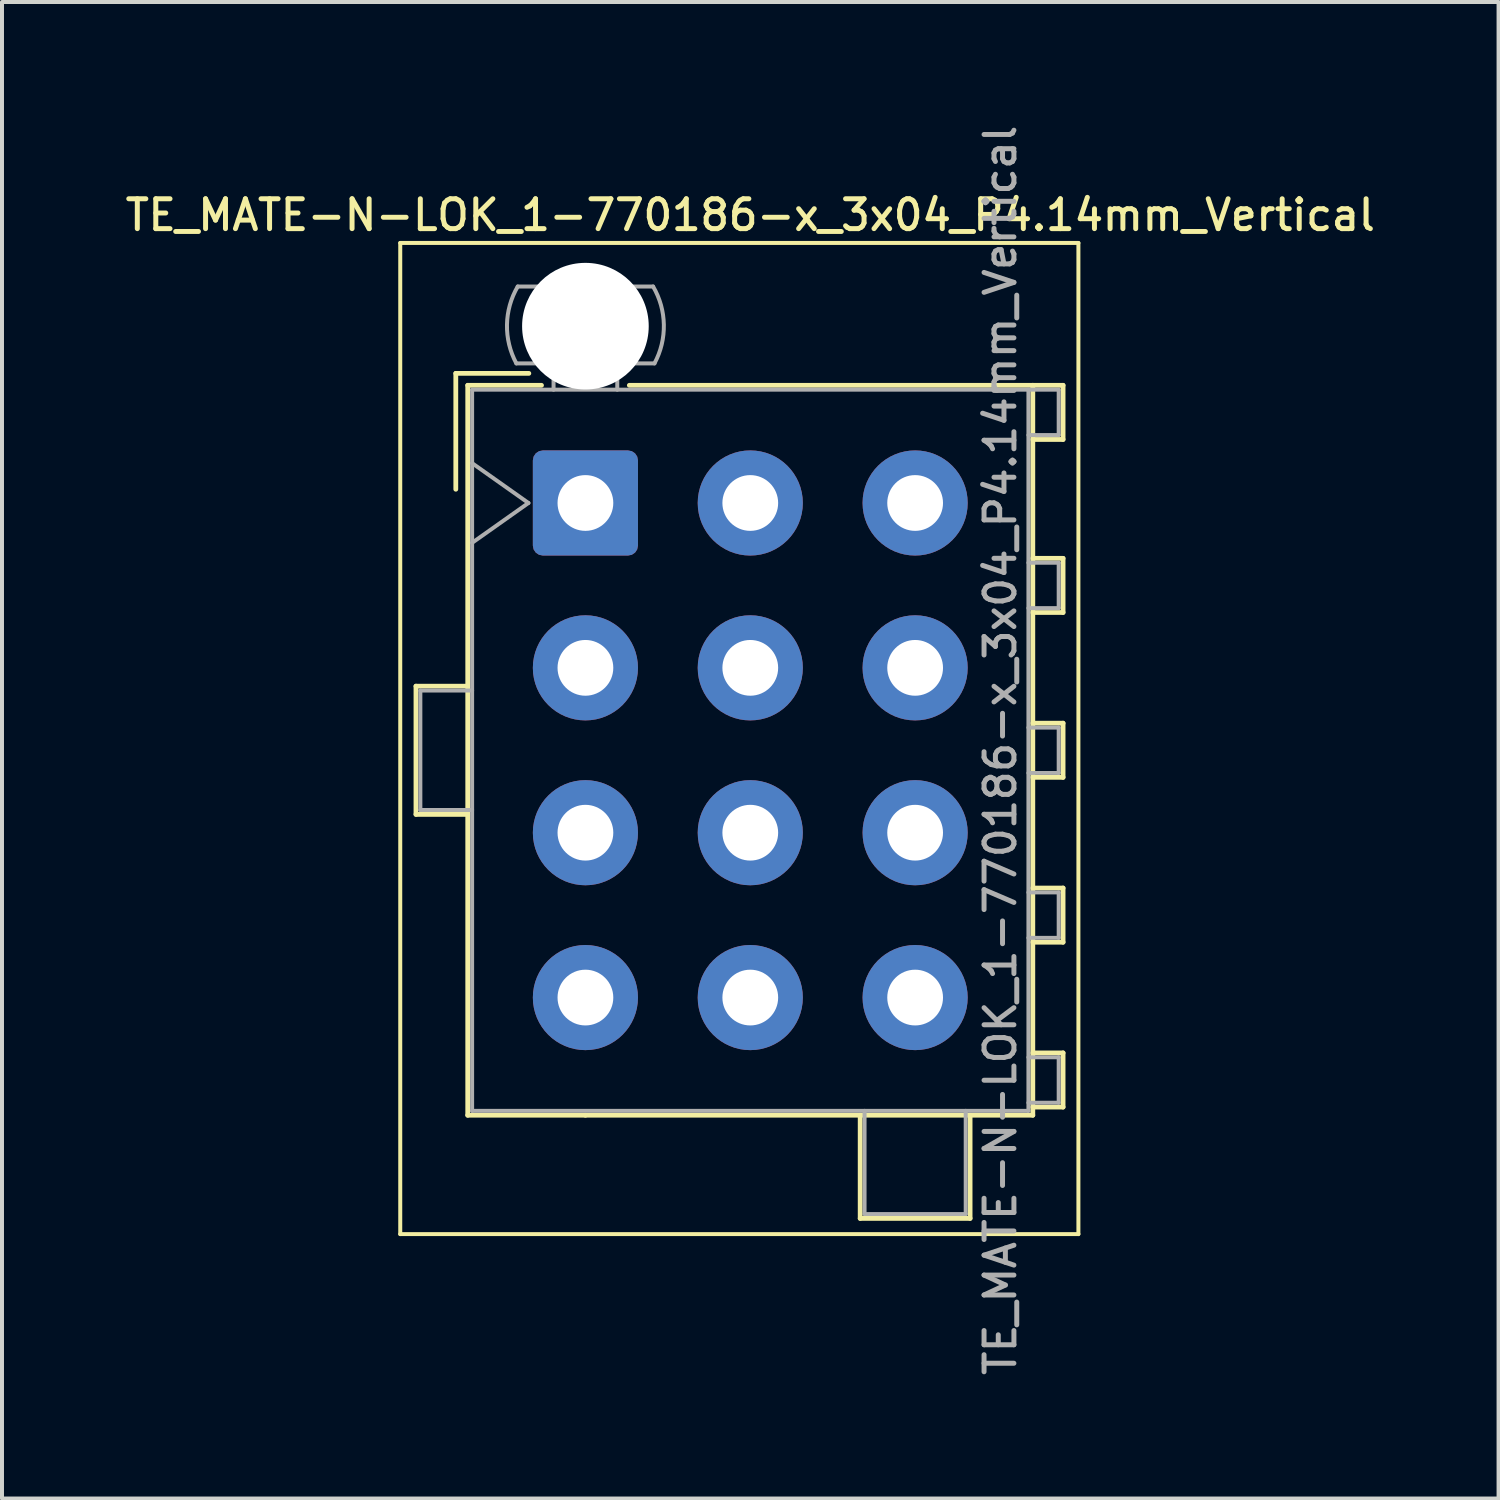
<source format=kicad_pcb>
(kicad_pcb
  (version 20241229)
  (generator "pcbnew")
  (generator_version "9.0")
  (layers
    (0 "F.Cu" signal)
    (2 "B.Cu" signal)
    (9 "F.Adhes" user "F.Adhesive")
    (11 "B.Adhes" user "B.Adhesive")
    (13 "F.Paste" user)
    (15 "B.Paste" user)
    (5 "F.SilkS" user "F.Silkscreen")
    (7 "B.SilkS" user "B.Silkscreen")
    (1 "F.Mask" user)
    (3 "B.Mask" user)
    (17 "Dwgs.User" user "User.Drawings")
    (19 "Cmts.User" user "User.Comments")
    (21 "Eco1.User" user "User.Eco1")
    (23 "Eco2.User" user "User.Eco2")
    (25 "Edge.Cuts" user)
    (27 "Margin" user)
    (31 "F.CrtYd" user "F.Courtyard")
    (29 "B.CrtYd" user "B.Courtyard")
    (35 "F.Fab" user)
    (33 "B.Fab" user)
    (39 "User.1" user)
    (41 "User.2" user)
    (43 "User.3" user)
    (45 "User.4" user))
  (footprint "TE_MATE-N-LOK_1-770186-x_3x04_P4.14mm_Vertical"
    (layer "F.Cu")
    (at 11.651 9.581)
    (property "Reference" "TE_MATE-N-LOK_1-770186-x_3x04_P4.14mm_Vertical" (at 4.14 -7.23 0) (layer "F.SilkS") (effects (font (size 0.75 0.75) (thickness 0.125))))
    (attr through_hole)
    (fp_line (start -4.65 -6.53) (end -4.65 18.36) (stroke (width 0.1) (type solid)) (layer "F.SilkS"))
    (fp_line (start -4.65 18.36) (end 12.38 18.36) (stroke (width 0.1) (type solid)) (layer "F.SilkS"))
    (fp_line (start -4.255 4.6) (end -4.255 7.82) (stroke (width 0.12) (type solid)) (layer "F.SilkS"))
    (fp_line (start -4.255 7.82) (end -2.955 7.82) (stroke (width 0.12) (type solid)) (layer "F.SilkS"))
    (fp_line (start -3.255 -3.255) (end -3.255 -0.345) (stroke (width 0.12) (type solid)) (layer "F.SilkS"))
    (fp_line (start -2.955 -2.955) (end -2.955 15.375) (stroke (width 0.12) (type solid)) (layer "F.SilkS"))
    (fp_line (start -2.955 4.6) (end -4.255 4.6) (stroke (width 0.12) (type solid)) (layer "F.SilkS"))
    (fp_line (start -2.955 15.375) (end 0 15.375) (stroke (width 0.12) (type solid)) (layer "F.SilkS"))
    (fp_line (start -1.421 -3.255) (end -3.255 -3.255) (stroke (width 0.12) (type solid)) (layer "F.SilkS"))
    (fp_line (start -1.103 -2.955) (end -2.955 -2.955) (stroke (width 0.12) (type solid)) (layer "F.SilkS"))
    (fp_line (start 1.103 -2.955) (end 11.235 -2.955) (stroke (width 0.12) (type solid)) (layer "F.SilkS"))
    (fp_line (start 6.9 15.375) (end 6.9 17.966) (stroke (width 0.12) (type solid)) (layer "F.SilkS"))
    (fp_line (start 6.9 17.966) (end 9.66 17.966) (stroke (width 0.12) (type solid)) (layer "F.SilkS"))
    (fp_line (start 9.66 17.966) (end 9.66 15.375) (stroke (width 0.12) (type solid)) (layer "F.SilkS"))
    (fp_line (start 11.235 -2.955) (end 11.235 15.375) (stroke (width 0.12) (type solid)) (layer "F.SilkS"))
    (fp_line (start 11.235 -2.955) (end 11.995 -2.955) (stroke (width 0.12) (type solid)) (layer "F.SilkS"))
    (fp_line (start 11.235 1.39) (end 11.995 1.39) (stroke (width 0.12) (type solid)) (layer "F.SilkS"))
    (fp_line (start 11.235 5.53) (end 11.995 5.53) (stroke (width 0.12) (type solid)) (layer "F.SilkS"))
    (fp_line (start 11.235 9.67) (end 11.995 9.67) (stroke (width 0.12) (type solid)) (layer "F.SilkS"))
    (fp_line (start 11.235 13.81) (end 11.995 13.81) (stroke (width 0.12) (type solid)) (layer "F.SilkS"))
    (fp_line (start 11.235 15.375) (end 0 15.375) (stroke (width 0.12) (type solid)) (layer "F.SilkS"))
    (fp_line (start 11.995 -2.955) (end 11.995 -1.595) (stroke (width 0.12) (type solid)) (layer "F.SilkS"))
    (fp_line (start 11.995 -1.595) (end 11.235 -1.595) (stroke (width 0.12) (type solid)) (layer "F.SilkS"))
    (fp_line (start 11.995 1.39) (end 11.995 2.75) (stroke (width 0.12) (type solid)) (layer "F.SilkS"))
    (fp_line (start 11.995 2.75) (end 11.235 2.75) (stroke (width 0.12) (type solid)) (layer "F.SilkS"))
    (fp_line (start 11.995 5.53) (end 11.995 6.89) (stroke (width 0.12) (type solid)) (layer "F.SilkS"))
    (fp_line (start 11.995 6.89) (end 11.235 6.89) (stroke (width 0.12) (type solid)) (layer "F.SilkS"))
    (fp_line (start 11.995 9.67) (end 11.995 11.03) (stroke (width 0.12) (type solid)) (layer "F.SilkS"))
    (fp_line (start 11.995 11.03) (end 11.235 11.03) (stroke (width 0.12) (type solid)) (layer "F.SilkS"))
    (fp_line (start 11.995 13.81) (end 11.995 15.17) (stroke (width 0.12) (type solid)) (layer "F.SilkS"))
    (fp_line (start 11.995 15.17) (end 11.235 15.17) (stroke (width 0.12) (type solid)) (layer "F.SilkS"))
    (fp_line (start 12.38 -6.53) (end -4.65 -6.53) (stroke (width 0.1) (type solid)) (layer "F.SilkS"))
    (fp_line (start 12.38 18.36) (end 12.38 -6.53) (stroke (width 0.1) (type solid)) (layer "F.SilkS"))
    (fp_line (start -4.145 4.71) (end -4.145 7.71) (stroke (width 0.1) (type solid)) (layer "F.Fab"))
    (fp_line (start -4.145 7.71) (end -2.845 7.71) (stroke (width 0.1) (type solid)) (layer "F.Fab"))
    (fp_line (start -2.845 -2.845) (end -2.845 15.265) (stroke (width 0.1) (type solid)) (layer "F.Fab"))
    (fp_line (start -2.845 -1) (end -1.431 0) (stroke (width 0.1) (type solid)) (layer "F.Fab"))
    (fp_line (start -2.845 4.71) (end -4.145 4.71) (stroke (width 0.1) (type solid)) (layer "F.Fab"))
    (fp_line (start -2.845 15.265) (end 11.125 15.265) (stroke (width 0.1) (type solid)) (layer "F.Fab"))
    (fp_line (start -1.431 0) (end -2.845 1) (stroke (width 0.1) (type solid)) (layer "F.Fab"))
    (fp_line (start -0.8 -2.845) (end -0.8 -3.505) (stroke (width 0.1) (type solid)) (layer "F.Fab"))
    (fp_line (start 0.8 -2.845) (end 0.8 -3.505) (stroke (width 0.1) (type solid)) (layer "F.Fab"))
    (fp_line (start 1.7 -5.436) (end -1.7 -5.436) (stroke (width 0.1) (type solid)) (layer "F.Fab"))
    (fp_line (start 1.734 -3.505) (end -1.734 -3.505) (stroke (width 0.1) (type solid)) (layer "F.Fab"))
    (fp_line (start 7.01 15.265) (end 7.01 17.856) (stroke (width 0.1) (type solid)) (layer "F.Fab"))
    (fp_line (start 7.01 17.856) (end 9.55 17.856) (stroke (width 0.1) (type solid)) (layer "F.Fab"))
    (fp_line (start 9.55 17.856) (end 9.55 15.265) (stroke (width 0.1) (type solid)) (layer "F.Fab"))
    (fp_line (start 11.125 -2.845) (end -2.845 -2.845) (stroke (width 0.1) (type solid)) (layer "F.Fab"))
    (fp_line (start 11.125 -2.845) (end 11.885 -2.845) (stroke (width 0.1) (type solid)) (layer "F.Fab"))
    (fp_line (start 11.125 1.5) (end 11.885 1.5) (stroke (width 0.1) (type solid)) (layer "F.Fab"))
    (fp_line (start 11.125 5.64) (end 11.885 5.64) (stroke (width 0.1) (type solid)) (layer "F.Fab"))
    (fp_line (start 11.125 9.78) (end 11.885 9.78) (stroke (width 0.1) (type solid)) (layer "F.Fab"))
    (fp_line (start 11.125 13.92) (end 11.885 13.92) (stroke (width 0.1) (type solid)) (layer "F.Fab"))
    (fp_line (start 11.125 15.265) (end 11.125 -2.845) (stroke (width 0.1) (type solid)) (layer "F.Fab"))
    (fp_line (start 11.885 -2.845) (end 11.885 -1.705) (stroke (width 0.1) (type solid)) (layer "F.Fab"))
    (fp_line (start 11.885 -1.705) (end 11.125 -1.705) (stroke (width 0.1) (type solid)) (layer "F.Fab"))
    (fp_line (start 11.885 1.5) (end 11.885 2.64) (stroke (width 0.1) (type solid)) (layer "F.Fab"))
    (fp_line (start 11.885 2.64) (end 11.125 2.64) (stroke (width 0.1) (type solid)) (layer "F.Fab"))
    (fp_line (start 11.885 5.64) (end 11.885 6.78) (stroke (width 0.1) (type solid)) (layer "F.Fab"))
    (fp_line (start 11.885 6.78) (end 11.125 6.78) (stroke (width 0.1) (type solid)) (layer "F.Fab"))
    (fp_line (start 11.885 9.78) (end 11.885 10.92) (stroke (width 0.1) (type solid)) (layer "F.Fab"))
    (fp_line (start 11.885 10.92) (end 11.125 10.92) (stroke (width 0.1) (type solid)) (layer "F.Fab"))
    (fp_line (start 11.885 13.92) (end 11.885 15.06) (stroke (width 0.1) (type solid)) (layer "F.Fab"))
    (fp_line (start 11.885 15.06) (end 11.125 15.06) (stroke (width 0.1) (type solid)) (layer "F.Fab"))
    (fp_arc (start -1.733977 -3.505) (mid -1.96969 -4.474992) (end -1.699672 -5.436) (stroke (width 0.1) (type solid)) (layer "F.Fab"))
    (fp_arc (start 1.699672 -5.436) (mid 1.969689 -4.474992) (end 1.733977 -3.505) (stroke (width 0.1) (type solid)) (layer "F.Fab"))
    (fp_text user "${REFERENCE}" (at 10.42 6.21 90) (layer "F.Fab") (effects (font (size 0.75 0.75) (thickness 0.125))))
    (pad "" np_thru_hole circle (at 0 -4.44) (size 3.18 3.18) (drill 3.18) (layers "*.Cu" "*.Mask"))
    (pad "1" thru_hole roundrect (at 0 0) (size 2.64 2.64) (drill 1.4) (layers "*.Cu" "*.Mask") (roundrect_rratio 0.095))
    (pad "2" thru_hole circle (at 0 4.14) (size 2.64 2.64) (drill 1.4) (layers "*.Cu" "*.Mask"))
    (pad "3" thru_hole circle (at 0 8.28) (size 2.64 2.64) (drill 1.4) (layers "*.Cu" "*.Mask"))
    (pad "4" thru_hole circle (at 0 12.42) (size 2.64 2.64) (drill 1.4) (layers "*.Cu" "*.Mask"))
    (pad "5" thru_hole circle (at 4.14 0) (size 2.64 2.64) (drill 1.4) (layers "*.Cu" "*.Mask"))
    (pad "6" thru_hole circle (at 4.14 4.14) (size 2.64 2.64) (drill 1.4) (layers "*.Cu" "*.Mask"))
    (pad "7" thru_hole circle (at 4.14 8.28) (size 2.64 2.64) (drill 1.4) (layers "*.Cu" "*.Mask"))
    (pad "8" thru_hole circle (at 4.14 12.42) (size 2.64 2.64) (drill 1.4) (layers "*.Cu" "*.Mask"))
    (pad "9" thru_hole circle (at 8.28 0) (size 2.64 2.64) (drill 1.4) (layers "*.Cu" "*.Mask"))
    (pad "10" thru_hole circle (at 8.28 4.14) (size 2.64 2.64) (drill 1.4) (layers "*.Cu" "*.Mask"))
    (pad "11" thru_hole circle (at 8.28 8.28) (size 2.64 2.64) (drill 1.4) (layers "*.Cu" "*.Mask"))
    (pad "12" thru_hole circle (at 8.28 12.42) (size 2.64 2.64) (drill 1.4) (layers "*.Cu" "*.Mask")))
  (gr_rect
    (start -3 -3)
    (end 34.582 34.582)
    (stroke (width 0.1) (type default))
    (fill no)
    (layer "Edge.Cuts")))
</source>
